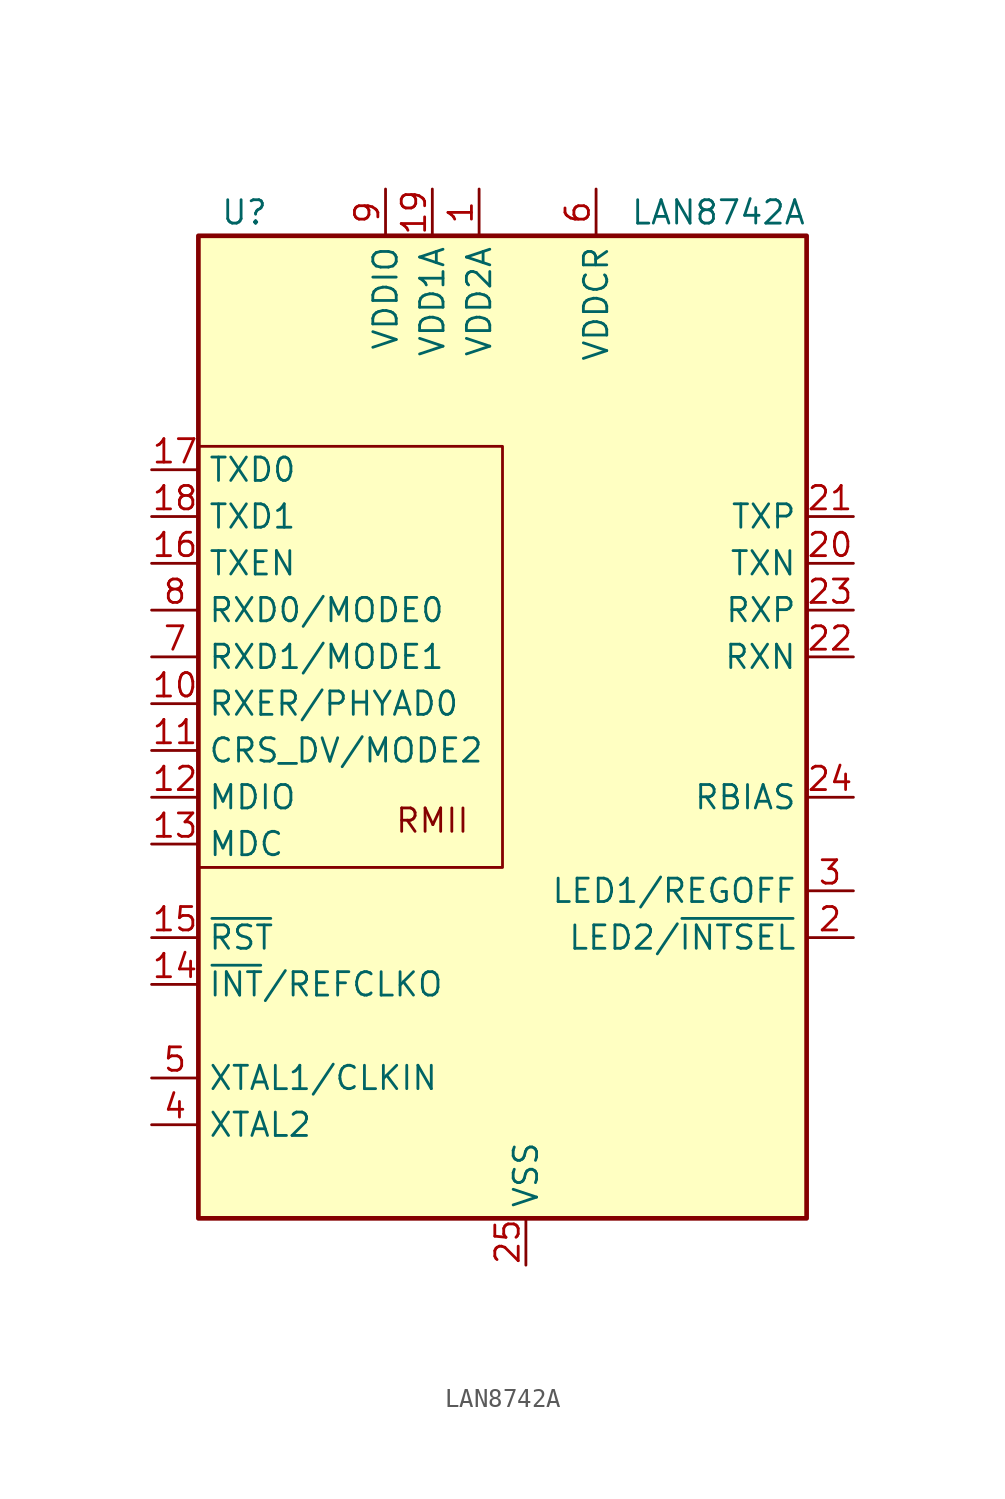
<source format=kicad_sym>
(kicad_symbol_lib
  (version 20241209)
  (generator "kicad_symbol_editor")
  (generator_version "9.0")
  (symbol "LAN8742A"
    (property "Reference" "U"
      (at -13.97 29.21 0)
      (effects (font (size 1.27 1.27)) (justify right)))
    (property "Value" "LAN8742A"
      (at 15.24 29.21 0)
      (effects (font (size 1.27 1.27)) (justify right)))
    (symbol "LAN8742A_0_0"
      (text "RMII" (at -5.08 -3.81 0) (effects (font (size 1.27 1.27)))))
    (symbol "LAN8742A_0_1"
      (rectangle (start -17.78 27.94) (end 15.24 -25.4) (stroke (width 0.254) (type default)) (fill (type background)))
      (polyline (pts (xy -17.78 -6.35) (xy -1.27 -6.35) (xy -1.27 16.51) (xy -17.78 16.51)) (stroke (width 0) (type default)) (fill (type none))))
    (symbol "LAN8742A_1_1"
      (pin input line (at -20.32 15.24 0) (length 2.54) (name "TXD0" (effects (font (size 1.27 1.27)))) (number "17" (effects (font (size 1.27 1.27)))))
      (pin input line (at -20.32 12.7 0) (length 2.54) (name "TXD1" (effects (font (size 1.27 1.27)))) (number "18" (effects (font (size 1.27 1.27)))))
      (pin input line (at -20.32 10.16 0) (length 2.54) (name "TXEN" (effects (font (size 1.27 1.27)))) (number "16" (effects (font (size 1.27 1.27)))))
      (pin bidirectional line (at -20.32 7.62 0) (length 2.54) (name "RXD0/MODE0" (effects (font (size 1.27 1.27)))) (number "8" (effects (font (size 1.27 1.27)))))
      (pin bidirectional line (at -20.32 5.08 0) (length 2.54) (name "RXD1/MODE1" (effects (font (size 1.27 1.27)))) (number "7" (effects (font (size 1.27 1.27)))))
      (pin output line (at -20.32 2.54 0) (length 2.54) (name "RXER/PHYAD0" (effects (font (size 1.27 1.27)))) (number "10" (effects (font (size 1.27 1.27)))))
      (pin bidirectional line (at -20.32 0 0) (length 2.54) (name "CRS_DV/MODE2" (effects (font (size 1.27 1.27)))) (number "11" (effects (font (size 1.27 1.27)))))
      (pin bidirectional line (at -20.32 -2.54 0) (length 2.54) (name "MDIO" (effects (font (size 1.27 1.27)))) (number "12" (effects (font (size 1.27 1.27)))))
      (pin input line (at -20.32 -5.08 0) (length 2.54) (name "MDC" (effects (font (size 1.27 1.27)))) (number "13" (effects (font (size 1.27 1.27)))))
      (pin input line (at -20.32 -10.16 0) (length 2.54) (name "~{RST}" (effects (font (size 1.27 1.27)))) (number "15" (effects (font (size 1.27 1.27)))))
      (pin output line (at -20.32 -12.7 0) (length 2.54) (name "~{INT}/REFCLKO" (effects (font (size 1.27 1.27)))) (number "14" (effects (font (size 1.27 1.27)))))
      (pin input line (at -20.32 -17.78 0) (length 2.54) (name "XTAL1/CLKIN" (effects (font (size 1.27 1.27)))) (number "5" (effects (font (size 1.27 1.27)))))
      (pin output line (at -20.32 -20.32 0) (length 2.54) (name "XTAL2" (effects (font (size 1.27 1.27)))) (number "4" (effects (font (size 1.27 1.27)))))
      (pin power_in line (at -7.62 30.48 270) (length 2.54) (name "VDDIO" (effects (font (size 1.27 1.27)))) (number "9" (effects (font (size 1.27 1.27)))))
      (pin power_in line (at -5.08 30.48 270) (length 2.54) (name "VDD1A" (effects (font (size 1.27 1.27)))) (number "19" (effects (font (size 1.27 1.27)))))
      (pin power_in line (at -2.54 30.48 270) (length 2.54) (name "VDD2A" (effects (font (size 1.27 1.27)))) (number "1" (effects (font (size 1.27 1.27)))))
      (pin power_in line (at 0 -27.94 90) (length 2.54) (name "VSS" (effects (font (size 1.27 1.27)))) (number "25" (effects (font (size 1.27 1.27)))))
      (pin free line (at 3.81 30.48 270) (length 2.54) (name "VDDCR" (effects (font (size 1.27 1.27)))) (number "6" (effects (font (size 1.27 1.27)))))
      (pin passive line (at 17.78 12.7 180) (length 2.54) (name "TXP" (effects (font (size 1.27 1.27)))) (number "21" (effects (font (size 1.27 1.27)))))
      (pin passive line (at 17.78 10.16 180) (length 2.54) (name "TXN" (effects (font (size 1.27 1.27)))) (number "20" (effects (font (size 1.27 1.27)))))
      (pin passive line (at 17.78 7.62 180) (length 2.54) (name "RXP" (effects (font (size 1.27 1.27)))) (number "23" (effects (font (size 1.27 1.27)))))
      (pin passive line (at 17.78 5.08 180) (length 2.54) (name "RXN" (effects (font (size 1.27 1.27)))) (number "22" (effects (font (size 1.27 1.27)))))
      (pin passive line (at 17.78 -2.54 180) (length 2.54) (name "RBIAS" (effects (font (size 1.27 1.27)))) (number "24" (effects (font (size 1.27 1.27)))))
      (pin bidirectional line (at 17.78 -7.62 180) (length 2.54) (name "LED1/REGOFF" (effects (font (size 1.27 1.27)))) (number "3" (effects (font (size 1.27 1.27)))) (alternate "~{INT}/REGOFF" bidirectional line) (alternate "~{PME}/REGOFF" bidirectional line))
      (pin bidirectional line (at 17.78 -10.16 180) (length 2.54) (name "LED2/~{INTSEL}" (effects (font (size 1.27 1.27)))) (number "2" (effects (font (size 1.27 1.27)))) (alternate "~{INT}/~{INTSEL}" output line) (alternate "~{PME}/~{INTSEL}" output line)))))
</source>
